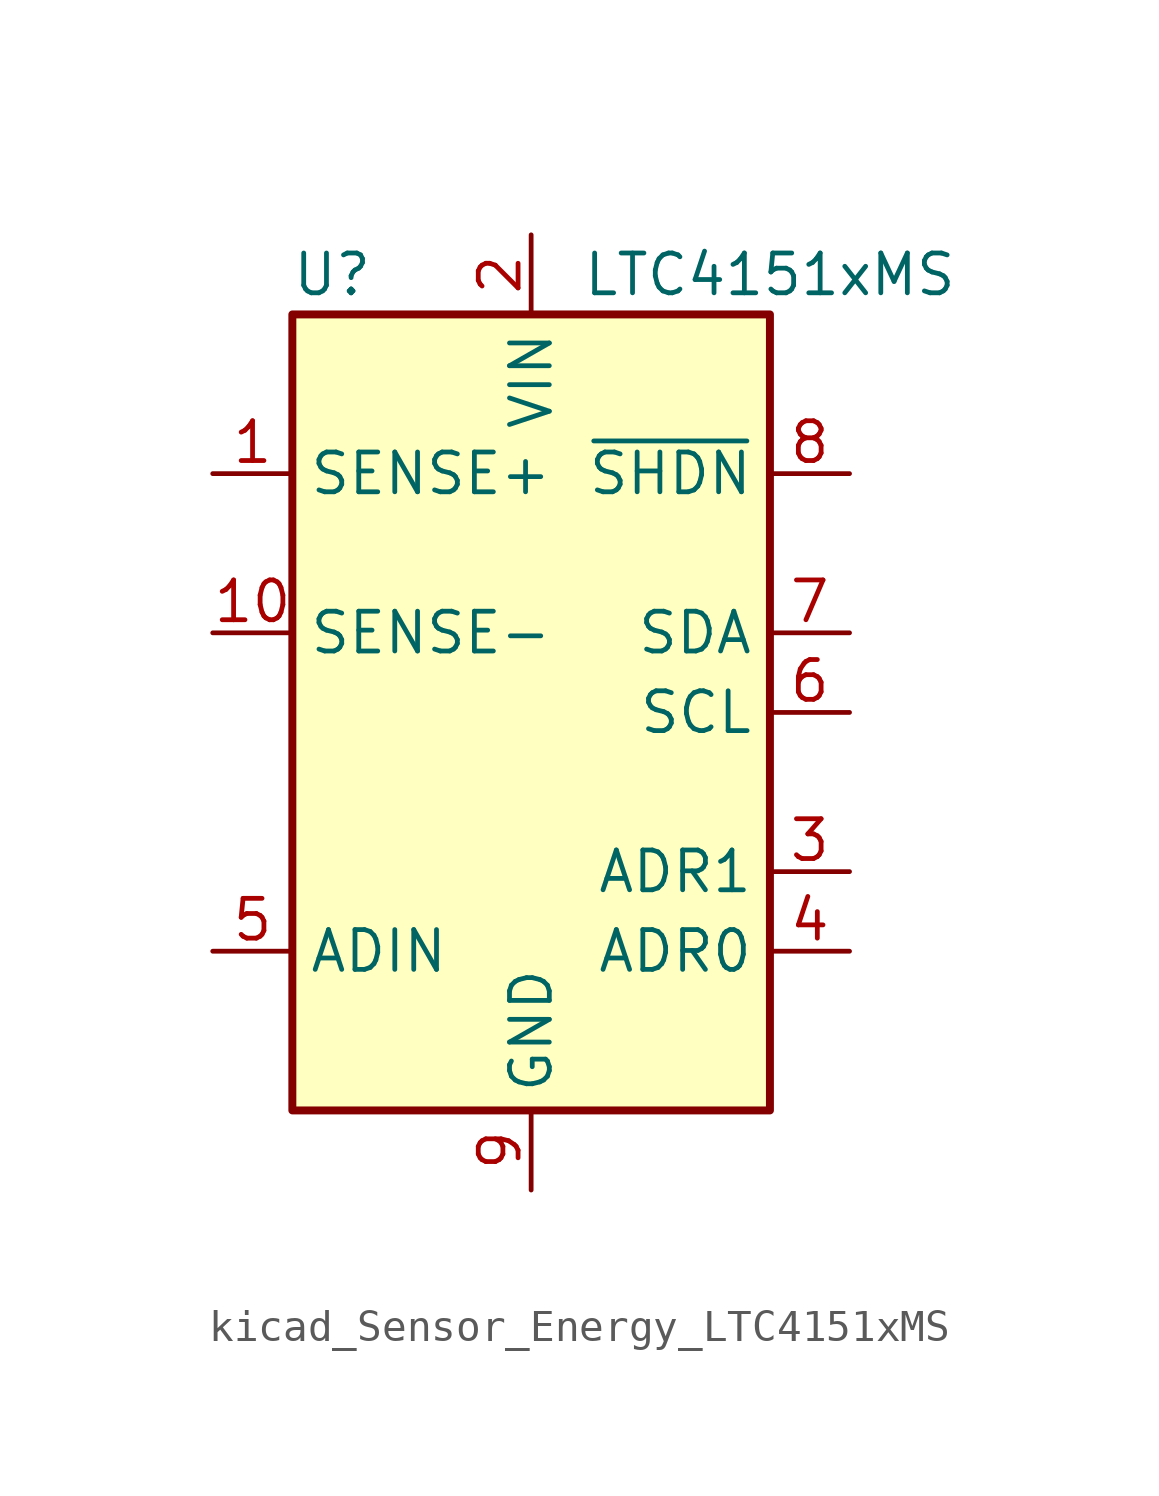
<source format=kicad_sym>
(kicad_symbol_lib
  (version 20220914)
  (generator kicad_symbol_editor)
  (symbol "kicad_Sensor_Energy_LTC4151xMS"
    (property "Reference" "U"
      (at -6.35 13.97 0)
      (effects (font (size 1.27 1.27))))
    (property "Value" "LTC4151xMS"
      (at 7.62 13.97 0)
      (effects (font (size 1.27 1.27))))
    (symbol "kicad_Sensor_Energy_LTC4151xMS_0_1"
      (rectangle (start -7.62 12.7) (end 7.62 -12.7) (stroke (width 0.254) (type default)) (fill (type background))))
    (symbol "kicad_Sensor_Energy_LTC4151xMS_1_1"
      (pin input line (at -10.16 7.62 0) (length 2.54) (name "SENSE+" (effects (font (size 1.27 1.27)))) (number "1" (effects (font (size 1.27 1.27)))))
      (pin input line (at -10.16 2.54 0) (length 2.54) (name "SENSE-" (effects (font (size 1.27 1.27)))) (number "10" (effects (font (size 1.27 1.27)))))
      (pin power_in line (at 0 15.24 270) (length 2.54) (name "VIN" (effects (font (size 1.27 1.27)))) (number "2" (effects (font (size 1.27 1.27)))))
      (pin input line (at 10.16 -5.08 180) (length 2.54) (name "ADR1" (effects (font (size 1.27 1.27)))) (number "3" (effects (font (size 1.27 1.27)))))
      (pin input line (at 10.16 -7.62 180) (length 2.54) (name "ADR0" (effects (font (size 1.27 1.27)))) (number "4" (effects (font (size 1.27 1.27)))))
      (pin input line (at -10.16 -7.62 0) (length 2.54) (name "ADIN" (effects (font (size 1.27 1.27)))) (number "5" (effects (font (size 1.27 1.27)))))
      (pin input line (at 10.16 0 180) (length 2.54) (name "SCL" (effects (font (size 1.27 1.27)))) (number "6" (effects (font (size 1.27 1.27)))))
      (pin bidirectional line (at 10.16 2.54 180) (length 2.54) (name "SDA" (effects (font (size 1.27 1.27)))) (number "7" (effects (font (size 1.27 1.27)))))
      (pin input line (at 10.16 7.62 180) (length 2.54) (name "~{SHDN}" (effects (font (size 1.27 1.27)))) (number "8" (effects (font (size 1.27 1.27)))))
      (pin power_in line (at 0 -15.24 90) (length 2.54) (name "GND" (effects (font (size 1.27 1.27)))) (number "9" (effects (font (size 1.27 1.27))))))))
</source>
